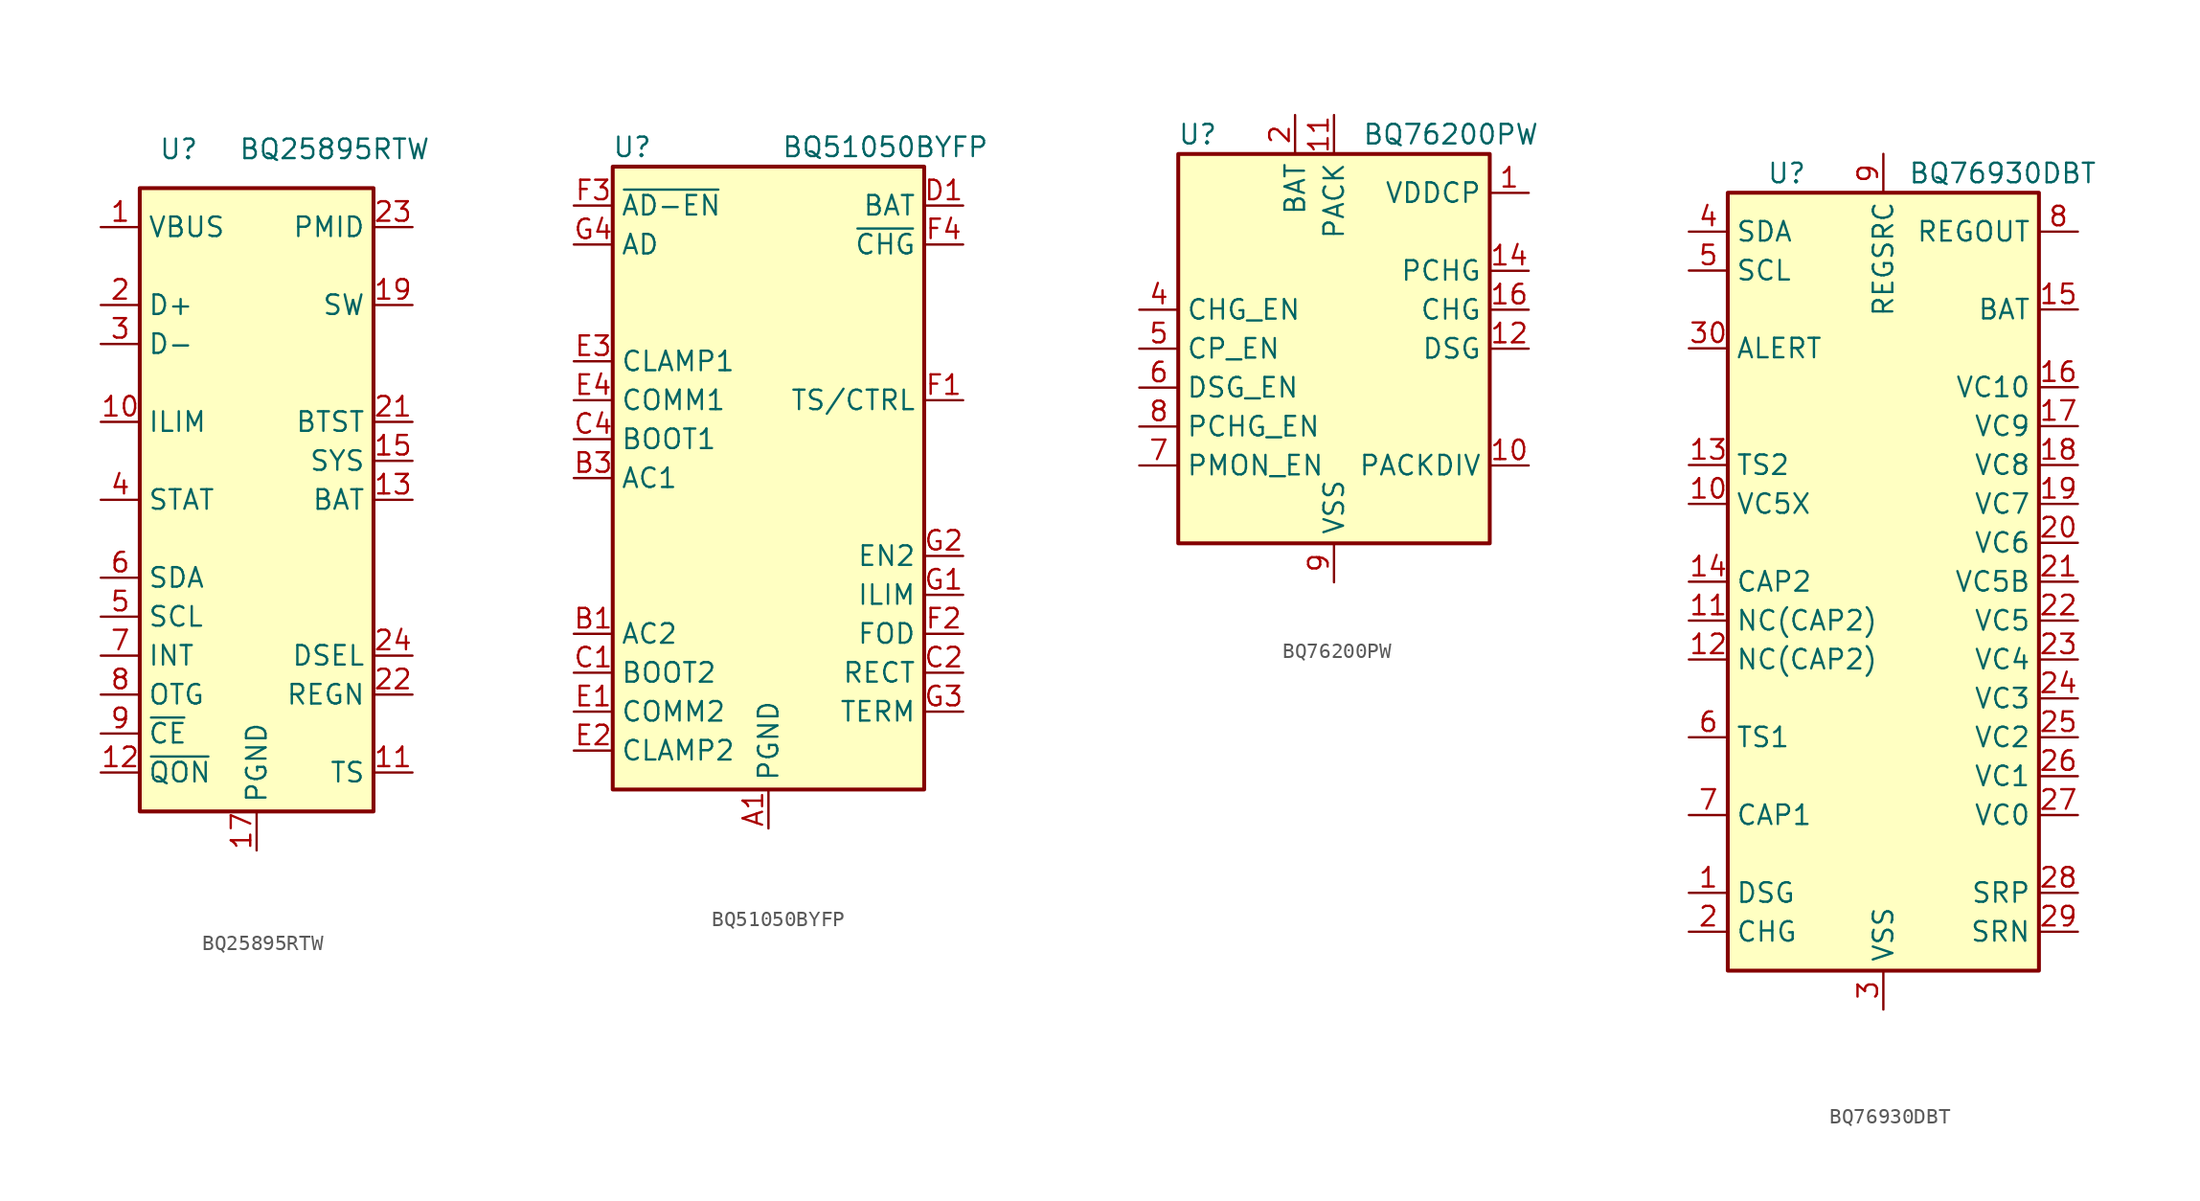
<source format=kicad_sym>
(kicad_symbol_lib
  (version 20220914)
  (generator kicad_symbol_editor)
  (symbol "BQ25895RTW"
    (property "Reference" "U"
      (at -5.08 22.86 0)
      (effects (font (size 1.27 1.27))))
    (property "Value" "BQ25895RTW"
      (at 5.08 22.86 0)
      (effects (font (size 1.27 1.27))))
    (symbol "BQ25895RTW_0_1"
      (rectangle (start -7.62 20.32) (end 7.62 -20.32) (stroke (width 0.254) (type default)) (fill (type background))))
    (symbol "BQ25895RTW_1_1"
      (pin power_in line (at -10.16 17.78 0) (length 2.54) (name "VBUS" (effects (font (size 1.27 1.27)))) (number "1" (effects (font (size 1.27 1.27)))))
      (pin passive line (at -10.16 5.08 0) (length 2.54) (name "ILIM" (effects (font (size 1.27 1.27)))) (number "10" (effects (font (size 1.27 1.27)))))
      (pin passive line (at 10.16 -17.78 180) (length 2.54) (name "TS" (effects (font (size 1.27 1.27)))) (number "11" (effects (font (size 1.27 1.27)))))
      (pin input line (at -10.16 -17.78 0) (length 2.54) (name "~{QON}" (effects (font (size 1.27 1.27)))) (number "12" (effects (font (size 1.27 1.27)))))
      (pin passive line (at 10.16 0 180) (length 2.54) (name "BAT" (effects (font (size 1.27 1.27)))) (number "13" (effects (font (size 1.27 1.27)))))
      (pin passive line (at 10.16 0 180) (length 2.54) hide (name "BAT" (effects (font (size 1.27 1.27)))) (number "14" (effects (font (size 1.27 1.27)))))
      (pin passive line (at 10.16 2.54 180) (length 2.54) (name "SYS" (effects (font (size 1.27 1.27)))) (number "15" (effects (font (size 1.27 1.27)))))
      (pin passive line (at 10.16 2.54 180) (length 2.54) hide (name "SYS" (effects (font (size 1.27 1.27)))) (number "16" (effects (font (size 1.27 1.27)))))
      (pin power_in line (at 0 -22.86 90) (length 2.54) (name "PGND" (effects (font (size 1.27 1.27)))) (number "17" (effects (font (size 1.27 1.27)))))
      (pin passive line (at 0 -22.86 90) (length 2.54) hide (name "PGND" (effects (font (size 1.27 1.27)))) (number "18" (effects (font (size 1.27 1.27)))))
      (pin power_out line (at 10.16 12.7 180) (length 2.54) (name "SW" (effects (font (size 1.27 1.27)))) (number "19" (effects (font (size 1.27 1.27)))))
      (pin bidirectional line (at -10.16 12.7 0) (length 2.54) (name "D+" (effects (font (size 1.27 1.27)))) (number "2" (effects (font (size 1.27 1.27)))))
      (pin passive line (at 10.16 12.7 180) (length 2.54) hide (name "SW" (effects (font (size 1.27 1.27)))) (number "20" (effects (font (size 1.27 1.27)))))
      (pin passive line (at 10.16 5.08 180) (length 2.54) (name "BTST" (effects (font (size 1.27 1.27)))) (number "21" (effects (font (size 1.27 1.27)))))
      (pin passive line (at 10.16 -12.7 180) (length 2.54) (name "REGN" (effects (font (size 1.27 1.27)))) (number "22" (effects (font (size 1.27 1.27)))))
      (pin power_out line (at 10.16 17.78 180) (length 2.54) (name "PMID" (effects (font (size 1.27 1.27)))) (number "23" (effects (font (size 1.27 1.27)))))
      (pin open_collector line (at 10.16 -10.16 180) (length 2.54) (name "DSEL" (effects (font (size 1.27 1.27)))) (number "24" (effects (font (size 1.27 1.27)))))
      (pin passive line (at 0 -22.86 90) (length 2.54) hide (name "PGND" (effects (font (size 1.27 1.27)))) (number "25" (effects (font (size 1.27 1.27)))))
      (pin bidirectional line (at -10.16 10.16 0) (length 2.54) (name "D-" (effects (font (size 1.27 1.27)))) (number "3" (effects (font (size 1.27 1.27)))))
      (pin open_collector line (at -10.16 0 0) (length 2.54) (name "STAT" (effects (font (size 1.27 1.27)))) (number "4" (effects (font (size 1.27 1.27)))))
      (pin input line (at -10.16 -7.62 0) (length 2.54) (name "SCL" (effects (font (size 1.27 1.27)))) (number "5" (effects (font (size 1.27 1.27)))))
      (pin bidirectional line (at -10.16 -5.08 0) (length 2.54) (name "SDA" (effects (font (size 1.27 1.27)))) (number "6" (effects (font (size 1.27 1.27)))))
      (pin open_collector line (at -10.16 -10.16 0) (length 2.54) (name "INT" (effects (font (size 1.27 1.27)))) (number "7" (effects (font (size 1.27 1.27)))))
      (pin input line (at -10.16 -12.7 0) (length 2.54) (name "OTG" (effects (font (size 1.27 1.27)))) (number "8" (effects (font (size 1.27 1.27)))))
      (pin input line (at -10.16 -15.24 0) (length 2.54) (name "~{CE}" (effects (font (size 1.27 1.27)))) (number "9" (effects (font (size 1.27 1.27)))))))
  (symbol "BQ51050BYFP"
    (property "Reference" "U"
      (at -8.89 21.59 0)
      (effects (font (size 1.27 1.27))))
    (property "Value" "BQ51050BYFP"
      (at 7.62 21.59 0)
      (effects (font (size 1.27 1.27))))
    (symbol "BQ51050BYFP_0_1"
      (rectangle (start -10.16 -20.32) (end 10.16 20.32) (stroke (width 0.254) (type default)) (fill (type background))))
    (symbol "BQ51050BYFP_1_1"
      (pin power_in line (at 0 -22.86 90) (length 2.54) (name "PGND" (effects (font (size 1.27 1.27)))) (number "A1" (effects (font (size 1.27 1.27)))))
      (pin passive line (at 0 -22.86 90) (length 2.54) hide (name "PGND" (effects (font (size 1.27 1.27)))) (number "A2" (effects (font (size 1.27 1.27)))))
      (pin passive line (at 0 -22.86 90) (length 2.54) hide (name "PGND" (effects (font (size 1.27 1.27)))) (number "A3" (effects (font (size 1.27 1.27)))))
      (pin passive line (at 0 -22.86 90) (length 2.54) hide (name "PGND" (effects (font (size 1.27 1.27)))) (number "A4" (effects (font (size 1.27 1.27)))))
      (pin input line (at -12.7 -10.16 0) (length 2.54) (name "AC2" (effects (font (size 1.27 1.27)))) (number "B1" (effects (font (size 1.27 1.27)))))
      (pin input line (at -12.7 -10.16 0) (length 2.54) hide (name "AC2" (effects (font (size 1.27 1.27)))) (number "B2" (effects (font (size 1.27 1.27)))))
      (pin input line (at -12.7 0 0) (length 2.54) (name "AC1" (effects (font (size 1.27 1.27)))) (number "B3" (effects (font (size 1.27 1.27)))))
      (pin input line (at -12.7 0 0) (length 2.54) hide (name "AC1" (effects (font (size 1.27 1.27)))) (number "B4" (effects (font (size 1.27 1.27)))))
      (pin passive line (at -12.7 -12.7 0) (length 2.54) (name "BOOT2" (effects (font (size 1.27 1.27)))) (number "C1" (effects (font (size 1.27 1.27)))))
      (pin passive line (at 12.7 -12.7 180) (length 2.54) (name "RECT" (effects (font (size 1.27 1.27)))) (number "C2" (effects (font (size 1.27 1.27)))))
      (pin passive line (at 12.7 -12.7 180) (length 2.54) hide (name "RECT" (effects (font (size 1.27 1.27)))) (number "C3" (effects (font (size 1.27 1.27)))))
      (pin passive line (at -12.7 2.54 0) (length 2.54) (name "BOOT1" (effects (font (size 1.27 1.27)))) (number "C4" (effects (font (size 1.27 1.27)))))
      (pin power_out line (at 12.7 17.78 180) (length 2.54) (name "BAT" (effects (font (size 1.27 1.27)))) (number "D1" (effects (font (size 1.27 1.27)))))
      (pin passive line (at 12.7 17.78 180) (length 2.54) hide (name "BAT" (effects (font (size 1.27 1.27)))) (number "D2" (effects (font (size 1.27 1.27)))))
      (pin passive line (at 12.7 17.78 180) (length 2.54) hide (name "BAT" (effects (font (size 1.27 1.27)))) (number "D3" (effects (font (size 1.27 1.27)))))
      (pin passive line (at 12.7 17.78 180) (length 2.54) hide (name "BAT" (effects (font (size 1.27 1.27)))) (number "D4" (effects (font (size 1.27 1.27)))))
      (pin open_collector line (at -12.7 -15.24 0) (length 2.54) (name "COMM2" (effects (font (size 1.27 1.27)))) (number "E1" (effects (font (size 1.27 1.27)))))
      (pin open_collector line (at -12.7 -17.78 0) (length 2.54) (name "CLAMP2" (effects (font (size 1.27 1.27)))) (number "E2" (effects (font (size 1.27 1.27)))))
      (pin open_collector line (at -12.7 7.62 0) (length 2.54) (name "CLAMP1" (effects (font (size 1.27 1.27)))) (number "E3" (effects (font (size 1.27 1.27)))))
      (pin open_collector line (at -12.7 5.08 0) (length 2.54) (name "COMM1" (effects (font (size 1.27 1.27)))) (number "E4" (effects (font (size 1.27 1.27)))))
      (pin input line (at 12.7 5.08 180) (length 2.54) (name "TS/CTRL" (effects (font (size 1.27 1.27)))) (number "F1" (effects (font (size 1.27 1.27)))))
      (pin input line (at 12.7 -10.16 180) (length 2.54) (name "FOD" (effects (font (size 1.27 1.27)))) (number "F2" (effects (font (size 1.27 1.27)))))
      (pin output line (at -12.7 17.78 0) (length 2.54) (name "~{AD-EN}" (effects (font (size 1.27 1.27)))) (number "F3" (effects (font (size 1.27 1.27)))))
      (pin open_collector line (at 12.7 15.24 180) (length 2.54) (name "~{CHG}" (effects (font (size 1.27 1.27)))) (number "F4" (effects (font (size 1.27 1.27)))))
      (pin passive line (at 12.7 -7.62 180) (length 2.54) (name "ILIM" (effects (font (size 1.27 1.27)))) (number "G1" (effects (font (size 1.27 1.27)))))
      (pin input line (at 12.7 -5.08 180) (length 2.54) (name "EN2" (effects (font (size 1.27 1.27)))) (number "G2" (effects (font (size 1.27 1.27)))))
      (pin input line (at 12.7 -15.24 180) (length 2.54) (name "TERM" (effects (font (size 1.27 1.27)))) (number "G3" (effects (font (size 1.27 1.27)))))
      (pin input line (at -12.7 15.24 0) (length 2.54) (name "AD" (effects (font (size 1.27 1.27)))) (number "G4" (effects (font (size 1.27 1.27)))))))
  (symbol "BQ76200PW"
    (property "Reference" "U"
      (at -8.89 13.97 0)
      (effects (font (size 1.27 1.27))))
    (property "Value" "BQ76200PW"
      (at 7.62 13.97 0)
      (effects (font (size 1.27 1.27))))
    (symbol "BQ76200PW_0_1"
      (rectangle (start -10.16 -12.7) (end 10.16 12.7) (stroke (width 0.254) (type default)) (fill (type background))))
    (symbol "BQ76200PW_1_1"
      (pin output line (at 12.7 10.16 180) (length 2.54) (name "VDDCP" (effects (font (size 1.27 1.27)))) (number "1" (effects (font (size 1.27 1.27)))))
      (pin output line (at 12.7 -7.62 180) (length 2.54) (name "PACKDIV" (effects (font (size 1.27 1.27)))) (number "10" (effects (font (size 1.27 1.27)))))
      (pin power_in line (at 0 15.24 270) (length 2.54) (name "PACK" (effects (font (size 1.27 1.27)))) (number "11" (effects (font (size 1.27 1.27)))))
      (pin output line (at 12.7 0 180) (length 2.54) (name "DSG" (effects (font (size 1.27 1.27)))) (number "12" (effects (font (size 1.27 1.27)))))
      (pin no_connect line (at -10.16 7.62 0) (length 2.54) hide (name "NC" (effects (font (size 1.27 1.27)))) (number "13" (effects (font (size 1.27 1.27)))))
      (pin output line (at 12.7 5.08 180) (length 2.54) (name "PCHG" (effects (font (size 1.27 1.27)))) (number "14" (effects (font (size 1.27 1.27)))))
      (pin no_connect line (at -10.16 5.08 0) (length 2.54) hide (name "NC" (effects (font (size 1.27 1.27)))) (number "15" (effects (font (size 1.27 1.27)))))
      (pin output line (at 12.7 2.54 180) (length 2.54) (name "CHG" (effects (font (size 1.27 1.27)))) (number "16" (effects (font (size 1.27 1.27)))))
      (pin power_in line (at -2.54 15.24 270) (length 2.54) (name "BAT" (effects (font (size 1.27 1.27)))) (number "2" (effects (font (size 1.27 1.27)))))
      (pin no_connect line (at -10.16 10.16 0) (length 2.54) hide (name "NC" (effects (font (size 1.27 1.27)))) (number "3" (effects (font (size 1.27 1.27)))))
      (pin input line (at -12.7 2.54 0) (length 2.54) (name "CHG_EN" (effects (font (size 1.27 1.27)))) (number "4" (effects (font (size 1.27 1.27)))))
      (pin input line (at -12.7 0 0) (length 2.54) (name "CP_EN" (effects (font (size 1.27 1.27)))) (number "5" (effects (font (size 1.27 1.27)))))
      (pin input line (at -12.7 -2.54 0) (length 2.54) (name "DSG_EN" (effects (font (size 1.27 1.27)))) (number "6" (effects (font (size 1.27 1.27)))))
      (pin input line (at -12.7 -7.62 0) (length 2.54) (name "PMON_EN" (effects (font (size 1.27 1.27)))) (number "7" (effects (font (size 1.27 1.27)))))
      (pin input line (at -12.7 -5.08 0) (length 2.54) (name "PCHG_EN" (effects (font (size 1.27 1.27)))) (number "8" (effects (font (size 1.27 1.27)))))
      (pin power_in line (at 0 -15.24 90) (length 2.54) (name "VSS" (effects (font (size 1.27 1.27)))) (number "9" (effects (font (size 1.27 1.27)))))))
  (symbol "BQ76930DBT"
    (property "Reference" "U"
      (at -7.62 26.67 0)
      (effects (font (size 1.27 1.27)) (justify left)))
    (property "Value" "BQ76930DBT"
      (at 13.97 26.67 0)
      (effects (font (size 1.27 1.27)) (justify right)))
    (symbol "BQ76930DBT_0_1"
      (rectangle (start -10.16 25.4) (end 10.16 -25.4) (stroke (width 0.254) (type default)) (fill (type background))))
    (symbol "BQ76930DBT_1_0"
      (pin passive line (at -12.7 5.08 0) (length 2.54) (name "VC5X" (effects (font (size 1.27 1.27)))) (number "10" (effects (font (size 1.27 1.27)))))
      (pin passive line (at -12.7 -2.54 0) (length 2.54) (name "NC(CAP2)" (effects (font (size 1.27 1.27)))) (number "11" (effects (font (size 1.27 1.27)))))
      (pin passive line (at -12.7 -5.08 0) (length 2.54) (name "NC(CAP2)" (effects (font (size 1.27 1.27)))) (number "12" (effects (font (size 1.27 1.27)))))
      (pin passive line (at -12.7 7.62 0) (length 2.54) (name "TS2" (effects (font (size 1.27 1.27)))) (number "13" (effects (font (size 1.27 1.27)))))
      (pin passive line (at -12.7 0 0) (length 2.54) (name "CAP2" (effects (font (size 1.27 1.27)))) (number "14" (effects (font (size 1.27 1.27)))))
      (pin input line (at 12.7 17.78 180) (length 2.54) (name "BAT" (effects (font (size 1.27 1.27)))) (number "15" (effects (font (size 1.27 1.27)))))
      (pin input line (at 12.7 12.7 180) (length 2.54) (name "VC10" (effects (font (size 1.27 1.27)))) (number "16" (effects (font (size 1.27 1.27)))))
      (pin input line (at 12.7 10.16 180) (length 2.54) (name "VC9" (effects (font (size 1.27 1.27)))) (number "17" (effects (font (size 1.27 1.27)))))
      (pin input line (at 12.7 7.62 180) (length 2.54) (name "VC8" (effects (font (size 1.27 1.27)))) (number "18" (effects (font (size 1.27 1.27)))))
      (pin input line (at 12.7 5.08 180) (length 2.54) (name "VC7" (effects (font (size 1.27 1.27)))) (number "19" (effects (font (size 1.27 1.27)))))
      (pin input line (at 12.7 2.54 180) (length 2.54) (name "VC6" (effects (font (size 1.27 1.27)))) (number "20" (effects (font (size 1.27 1.27)))))
      (pin input line (at 12.7 0 180) (length 2.54) (name "VC5B" (effects (font (size 1.27 1.27)))) (number "21" (effects (font (size 1.27 1.27)))))
      (pin input line (at 12.7 -2.54 180) (length 2.54) (name "VC5" (effects (font (size 1.27 1.27)))) (number "22" (effects (font (size 1.27 1.27)))))
      (pin input line (at 12.7 -5.08 180) (length 2.54) (name "VC4" (effects (font (size 1.27 1.27)))) (number "23" (effects (font (size 1.27 1.27)))))
      (pin input line (at 12.7 -7.62 180) (length 2.54) (name "VC3" (effects (font (size 1.27 1.27)))) (number "24" (effects (font (size 1.27 1.27)))))
      (pin input line (at 12.7 -10.16 180) (length 2.54) (name "VC2" (effects (font (size 1.27 1.27)))) (number "25" (effects (font (size 1.27 1.27)))))
      (pin input line (at 12.7 -12.7 180) (length 2.54) (name "VC1" (effects (font (size 1.27 1.27)))) (number "26" (effects (font (size 1.27 1.27)))))
      (pin input line (at 12.7 -15.24 180) (length 2.54) (name "VC0" (effects (font (size 1.27 1.27)))) (number "27" (effects (font (size 1.27 1.27)))))
      (pin input line (at 12.7 -20.32 180) (length 2.54) (name "SRP" (effects (font (size 1.27 1.27)))) (number "28" (effects (font (size 1.27 1.27)))))
      (pin input line (at 12.7 -22.86 180) (length 2.54) (name "SRN" (effects (font (size 1.27 1.27)))) (number "29" (effects (font (size 1.27 1.27)))))
      (pin bidirectional line (at -12.7 15.24 0) (length 2.54) (name "ALERT" (effects (font (size 1.27 1.27)))) (number "30" (effects (font (size 1.27 1.27)))))
      (pin passive line (at -12.7 -10.16 0) (length 2.54) (name "TS1" (effects (font (size 1.27 1.27)))) (number "6" (effects (font (size 1.27 1.27)))))
      (pin passive line (at -12.7 -15.24 0) (length 2.54) (name "CAP1" (effects (font (size 1.27 1.27)))) (number "7" (effects (font (size 1.27 1.27)))))
      (pin power_out line (at 12.7 22.86 180) (length 2.54) (name "REGOUT" (effects (font (size 1.27 1.27)))) (number "8" (effects (font (size 1.27 1.27)))))
      (pin power_in line (at 0 27.94 270) (length 2.54) (name "REGSRC" (effects (font (size 1.27 1.27)))) (number "9" (effects (font (size 1.27 1.27))))))
    (symbol "BQ76930DBT_1_1"
      (pin output line (at -12.7 -20.32 0) (length 2.54) (name "DSG" (effects (font (size 1.27 1.27)))) (number "1" (effects (font (size 1.27 1.27)))))
      (pin output line (at -12.7 -22.86 0) (length 2.54) (name "CHG" (effects (font (size 1.27 1.27)))) (number "2" (effects (font (size 1.27 1.27)))))
      (pin power_in line (at 0 -27.94 90) (length 2.54) (name "VSS" (effects (font (size 1.27 1.27)))) (number "3" (effects (font (size 1.27 1.27)))))
      (pin bidirectional line (at -12.7 22.86 0) (length 2.54) (name "SDA" (effects (font (size 1.27 1.27)))) (number "4" (effects (font (size 1.27 1.27)))))
      (pin input line (at -12.7 20.32 0) (length 2.54) (name "SCL" (effects (font (size 1.27 1.27)))) (number "5" (effects (font (size 1.27 1.27))))))))
</source>
